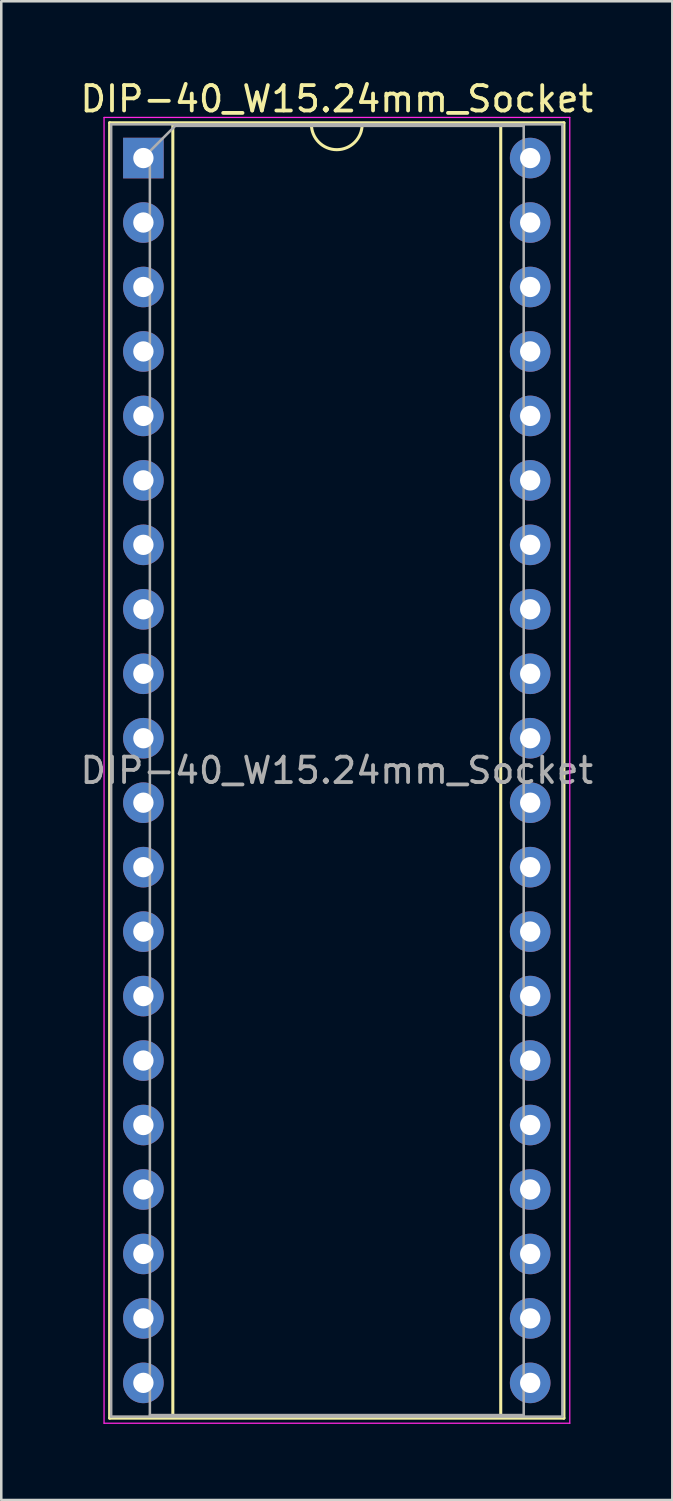
<source format=kicad_pcb>
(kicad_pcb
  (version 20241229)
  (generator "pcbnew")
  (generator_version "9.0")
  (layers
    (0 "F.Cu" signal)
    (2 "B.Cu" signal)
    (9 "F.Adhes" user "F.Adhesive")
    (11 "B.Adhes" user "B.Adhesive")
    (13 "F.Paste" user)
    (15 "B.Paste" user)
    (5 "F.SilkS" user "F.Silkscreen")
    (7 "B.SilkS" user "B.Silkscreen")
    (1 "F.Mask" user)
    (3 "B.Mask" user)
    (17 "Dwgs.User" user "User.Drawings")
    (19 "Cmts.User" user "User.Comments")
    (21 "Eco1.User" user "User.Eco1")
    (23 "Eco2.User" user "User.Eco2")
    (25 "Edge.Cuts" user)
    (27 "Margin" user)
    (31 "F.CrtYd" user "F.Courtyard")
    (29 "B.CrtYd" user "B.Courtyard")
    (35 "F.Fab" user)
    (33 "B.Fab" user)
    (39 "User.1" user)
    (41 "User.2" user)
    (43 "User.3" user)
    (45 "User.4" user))
  (footprint "DIP-40_W15.24mm_Socket"
    (layer "F.Cu")
    (at 2.6 3.178)
    (property "Reference" "DIP-40_W15.24mm_Socket" (at 7.62 -2.33 0) (layer "F.SilkS") (effects (font (size 1 1) (thickness 0.15))))
    (attr through_hole)
    (fp_line (start -1.33 -1.39) (end -1.33 49.65) (stroke (width 0.12) (type solid)) (layer "F.SilkS"))
    (fp_line (start -1.33 49.65) (end 16.57 49.65) (stroke (width 0.12) (type solid)) (layer "F.SilkS"))
    (fp_line (start 1.16 -1.33) (end 1.16 49.59) (stroke (width 0.12) (type solid)) (layer "F.SilkS"))
    (fp_line (start 1.16 49.59) (end 14.08 49.59) (stroke (width 0.12) (type solid)) (layer "F.SilkS"))
    (fp_line (start 6.62 -1.33) (end 1.16 -1.33) (stroke (width 0.12) (type solid)) (layer "F.SilkS"))
    (fp_line (start 14.08 -1.33) (end 8.62 -1.33) (stroke (width 0.12) (type solid)) (layer "F.SilkS"))
    (fp_line (start 14.08 49.59) (end 14.08 -1.33) (stroke (width 0.12) (type solid)) (layer "F.SilkS"))
    (fp_line (start 16.57 -1.39) (end -1.33 -1.39) (stroke (width 0.12) (type solid)) (layer "F.SilkS"))
    (fp_line (start 16.57 49.65) (end 16.57 -1.39) (stroke (width 0.12) (type solid)) (layer "F.SilkS"))
    (fp_arc (start 8.62 -1.33) (mid 7.62 -0.33) (end 6.62 -1.33) (stroke (width 0.12) (type solid)) (layer "F.SilkS"))
    (fp_line (start -1.55 -1.6) (end -1.55 49.85) (stroke (width 0.05) (type solid)) (layer "F.CrtYd"))
    (fp_line (start -1.55 49.85) (end 16.8 49.85) (stroke (width 0.05) (type solid)) (layer "F.CrtYd"))
    (fp_line (start 16.8 -1.6) (end -1.55 -1.6) (stroke (width 0.05) (type solid)) (layer "F.CrtYd"))
    (fp_line (start 16.8 49.85) (end 16.8 -1.6) (stroke (width 0.05) (type solid)) (layer "F.CrtYd"))
    (fp_line (start -1.27 -1.33) (end -1.27 49.59) (stroke (width 0.1) (type solid)) (layer "F.Fab"))
    (fp_line (start -1.27 49.59) (end 16.51 49.59) (stroke (width 0.1) (type solid)) (layer "F.Fab"))
    (fp_line (start 0.255 -0.27) (end 1.255 -1.27) (stroke (width 0.1) (type solid)) (layer "F.Fab"))
    (fp_line (start 0.255 49.53) (end 0.255 -0.27) (stroke (width 0.1) (type solid)) (layer "F.Fab"))
    (fp_line (start 1.255 -1.27) (end 14.985 -1.27) (stroke (width 0.1) (type solid)) (layer "F.Fab"))
    (fp_line (start 14.985 -1.27) (end 14.985 49.53) (stroke (width 0.1) (type solid)) (layer "F.Fab"))
    (fp_line (start 14.985 49.53) (end 0.255 49.53) (stroke (width 0.1) (type solid)) (layer "F.Fab"))
    (fp_line (start 16.51 -1.33) (end -1.27 -1.33) (stroke (width 0.1) (type solid)) (layer "F.Fab"))
    (fp_line (start 16.51 49.59) (end 16.51 -1.33) (stroke (width 0.1) (type solid)) (layer "F.Fab"))
    (fp_text user "${REFERENCE}" (at 7.62 24.13 0) (layer "F.Fab") (effects (font (size 1 1) (thickness 0.15))))
    (pad "1" thru_hole rect (at 0 0) (size 1.6 1.6) (drill 0.8) (layers "*.Cu" "*.Mask"))
    (pad "2" thru_hole oval (at 0 2.54) (size 1.6 1.6) (drill 0.8) (layers "*.Cu" "*.Mask"))
    (pad "3" thru_hole oval (at 0 5.08) (size 1.6 1.6) (drill 0.8) (layers "*.Cu" "*.Mask"))
    (pad "4" thru_hole oval (at 0 7.62) (size 1.6 1.6) (drill 0.8) (layers "*.Cu" "*.Mask"))
    (pad "5" thru_hole oval (at 0 10.16) (size 1.6 1.6) (drill 0.8) (layers "*.Cu" "*.Mask"))
    (pad "6" thru_hole oval (at 0 12.7) (size 1.6 1.6) (drill 0.8) (layers "*.Cu" "*.Mask"))
    (pad "7" thru_hole oval (at 0 15.24) (size 1.6 1.6) (drill 0.8) (layers "*.Cu" "*.Mask"))
    (pad "8" thru_hole oval (at 0 17.78) (size 1.6 1.6) (drill 0.8) (layers "*.Cu" "*.Mask"))
    (pad "9" thru_hole oval (at 0 20.32) (size 1.6 1.6) (drill 0.8) (layers "*.Cu" "*.Mask"))
    (pad "10" thru_hole oval (at 0 22.86) (size 1.6 1.6) (drill 0.8) (layers "*.Cu" "*.Mask"))
    (pad "11" thru_hole oval (at 0 25.4) (size 1.6 1.6) (drill 0.8) (layers "*.Cu" "*.Mask"))
    (pad "12" thru_hole oval (at 0 27.94) (size 1.6 1.6) (drill 0.8) (layers "*.Cu" "*.Mask"))
    (pad "13" thru_hole oval (at 0 30.48) (size 1.6 1.6) (drill 0.8) (layers "*.Cu" "*.Mask"))
    (pad "14" thru_hole oval (at 0 33.02) (size 1.6 1.6) (drill 0.8) (layers "*.Cu" "*.Mask"))
    (pad "15" thru_hole oval (at 0 35.56) (size 1.6 1.6) (drill 0.8) (layers "*.Cu" "*.Mask"))
    (pad "16" thru_hole oval (at 0 38.1) (size 1.6 1.6) (drill 0.8) (layers "*.Cu" "*.Mask"))
    (pad "17" thru_hole oval (at 0 40.64) (size 1.6 1.6) (drill 0.8) (layers "*.Cu" "*.Mask"))
    (pad "18" thru_hole oval (at 0 43.18) (size 1.6 1.6) (drill 0.8) (layers "*.Cu" "*.Mask"))
    (pad "19" thru_hole oval (at 0 45.72) (size 1.6 1.6) (drill 0.8) (layers "*.Cu" "*.Mask"))
    (pad "20" thru_hole oval (at 0 48.26) (size 1.6 1.6) (drill 0.8) (layers "*.Cu" "*.Mask"))
    (pad "21" thru_hole oval (at 15.24 48.26) (size 1.6 1.6) (drill 0.8) (layers "*.Cu" "*.Mask"))
    (pad "22" thru_hole oval (at 15.24 45.72) (size 1.6 1.6) (drill 0.8) (layers "*.Cu" "*.Mask"))
    (pad "23" thru_hole oval (at 15.24 43.18) (size 1.6 1.6) (drill 0.8) (layers "*.Cu" "*.Mask"))
    (pad "24" thru_hole oval (at 15.24 40.64) (size 1.6 1.6) (drill 0.8) (layers "*.Cu" "*.Mask"))
    (pad "25" thru_hole oval (at 15.24 38.1) (size 1.6 1.6) (drill 0.8) (layers "*.Cu" "*.Mask"))
    (pad "26" thru_hole oval (at 15.24 35.56) (size 1.6 1.6) (drill 0.8) (layers "*.Cu" "*.Mask"))
    (pad "27" thru_hole oval (at 15.24 33.02) (size 1.6 1.6) (drill 0.8) (layers "*.Cu" "*.Mask"))
    (pad "28" thru_hole oval (at 15.24 30.48) (size 1.6 1.6) (drill 0.8) (layers "*.Cu" "*.Mask"))
    (pad "29" thru_hole oval (at 15.24 27.94) (size 1.6 1.6) (drill 0.8) (layers "*.Cu" "*.Mask"))
    (pad "30" thru_hole oval (at 15.24 25.4) (size 1.6 1.6) (drill 0.8) (layers "*.Cu" "*.Mask"))
    (pad "31" thru_hole oval (at 15.24 22.86) (size 1.6 1.6) (drill 0.8) (layers "*.Cu" "*.Mask"))
    (pad "32" thru_hole oval (at 15.24 20.32) (size 1.6 1.6) (drill 0.8) (layers "*.Cu" "*.Mask"))
    (pad "33" thru_hole oval (at 15.24 17.78) (size 1.6 1.6) (drill 0.8) (layers "*.Cu" "*.Mask"))
    (pad "34" thru_hole oval (at 15.24 15.24) (size 1.6 1.6) (drill 0.8) (layers "*.Cu" "*.Mask"))
    (pad "35" thru_hole oval (at 15.24 12.7) (size 1.6 1.6) (drill 0.8) (layers "*.Cu" "*.Mask"))
    (pad "36" thru_hole oval (at 15.24 10.16) (size 1.6 1.6) (drill 0.8) (layers "*.Cu" "*.Mask"))
    (pad "37" thru_hole oval (at 15.24 7.62) (size 1.6 1.6) (drill 0.8) (layers "*.Cu" "*.Mask"))
    (pad "38" thru_hole oval (at 15.24 5.08) (size 1.6 1.6) (drill 0.8) (layers "*.Cu" "*.Mask"))
    (pad "39" thru_hole oval (at 15.24 2.54) (size 1.6 1.6) (drill 0.8) (layers "*.Cu" "*.Mask"))
    (pad "40" thru_hole oval (at 15.24 0) (size 1.6 1.6) (drill 0.8) (layers "*.Cu" "*.Mask")))
  (gr_rect
    (start -3 -3)
    (end 23.44 56.053)
    (stroke (width 0.1) (type default))
    (fill no)
    (layer "Edge.Cuts")))
</source>
